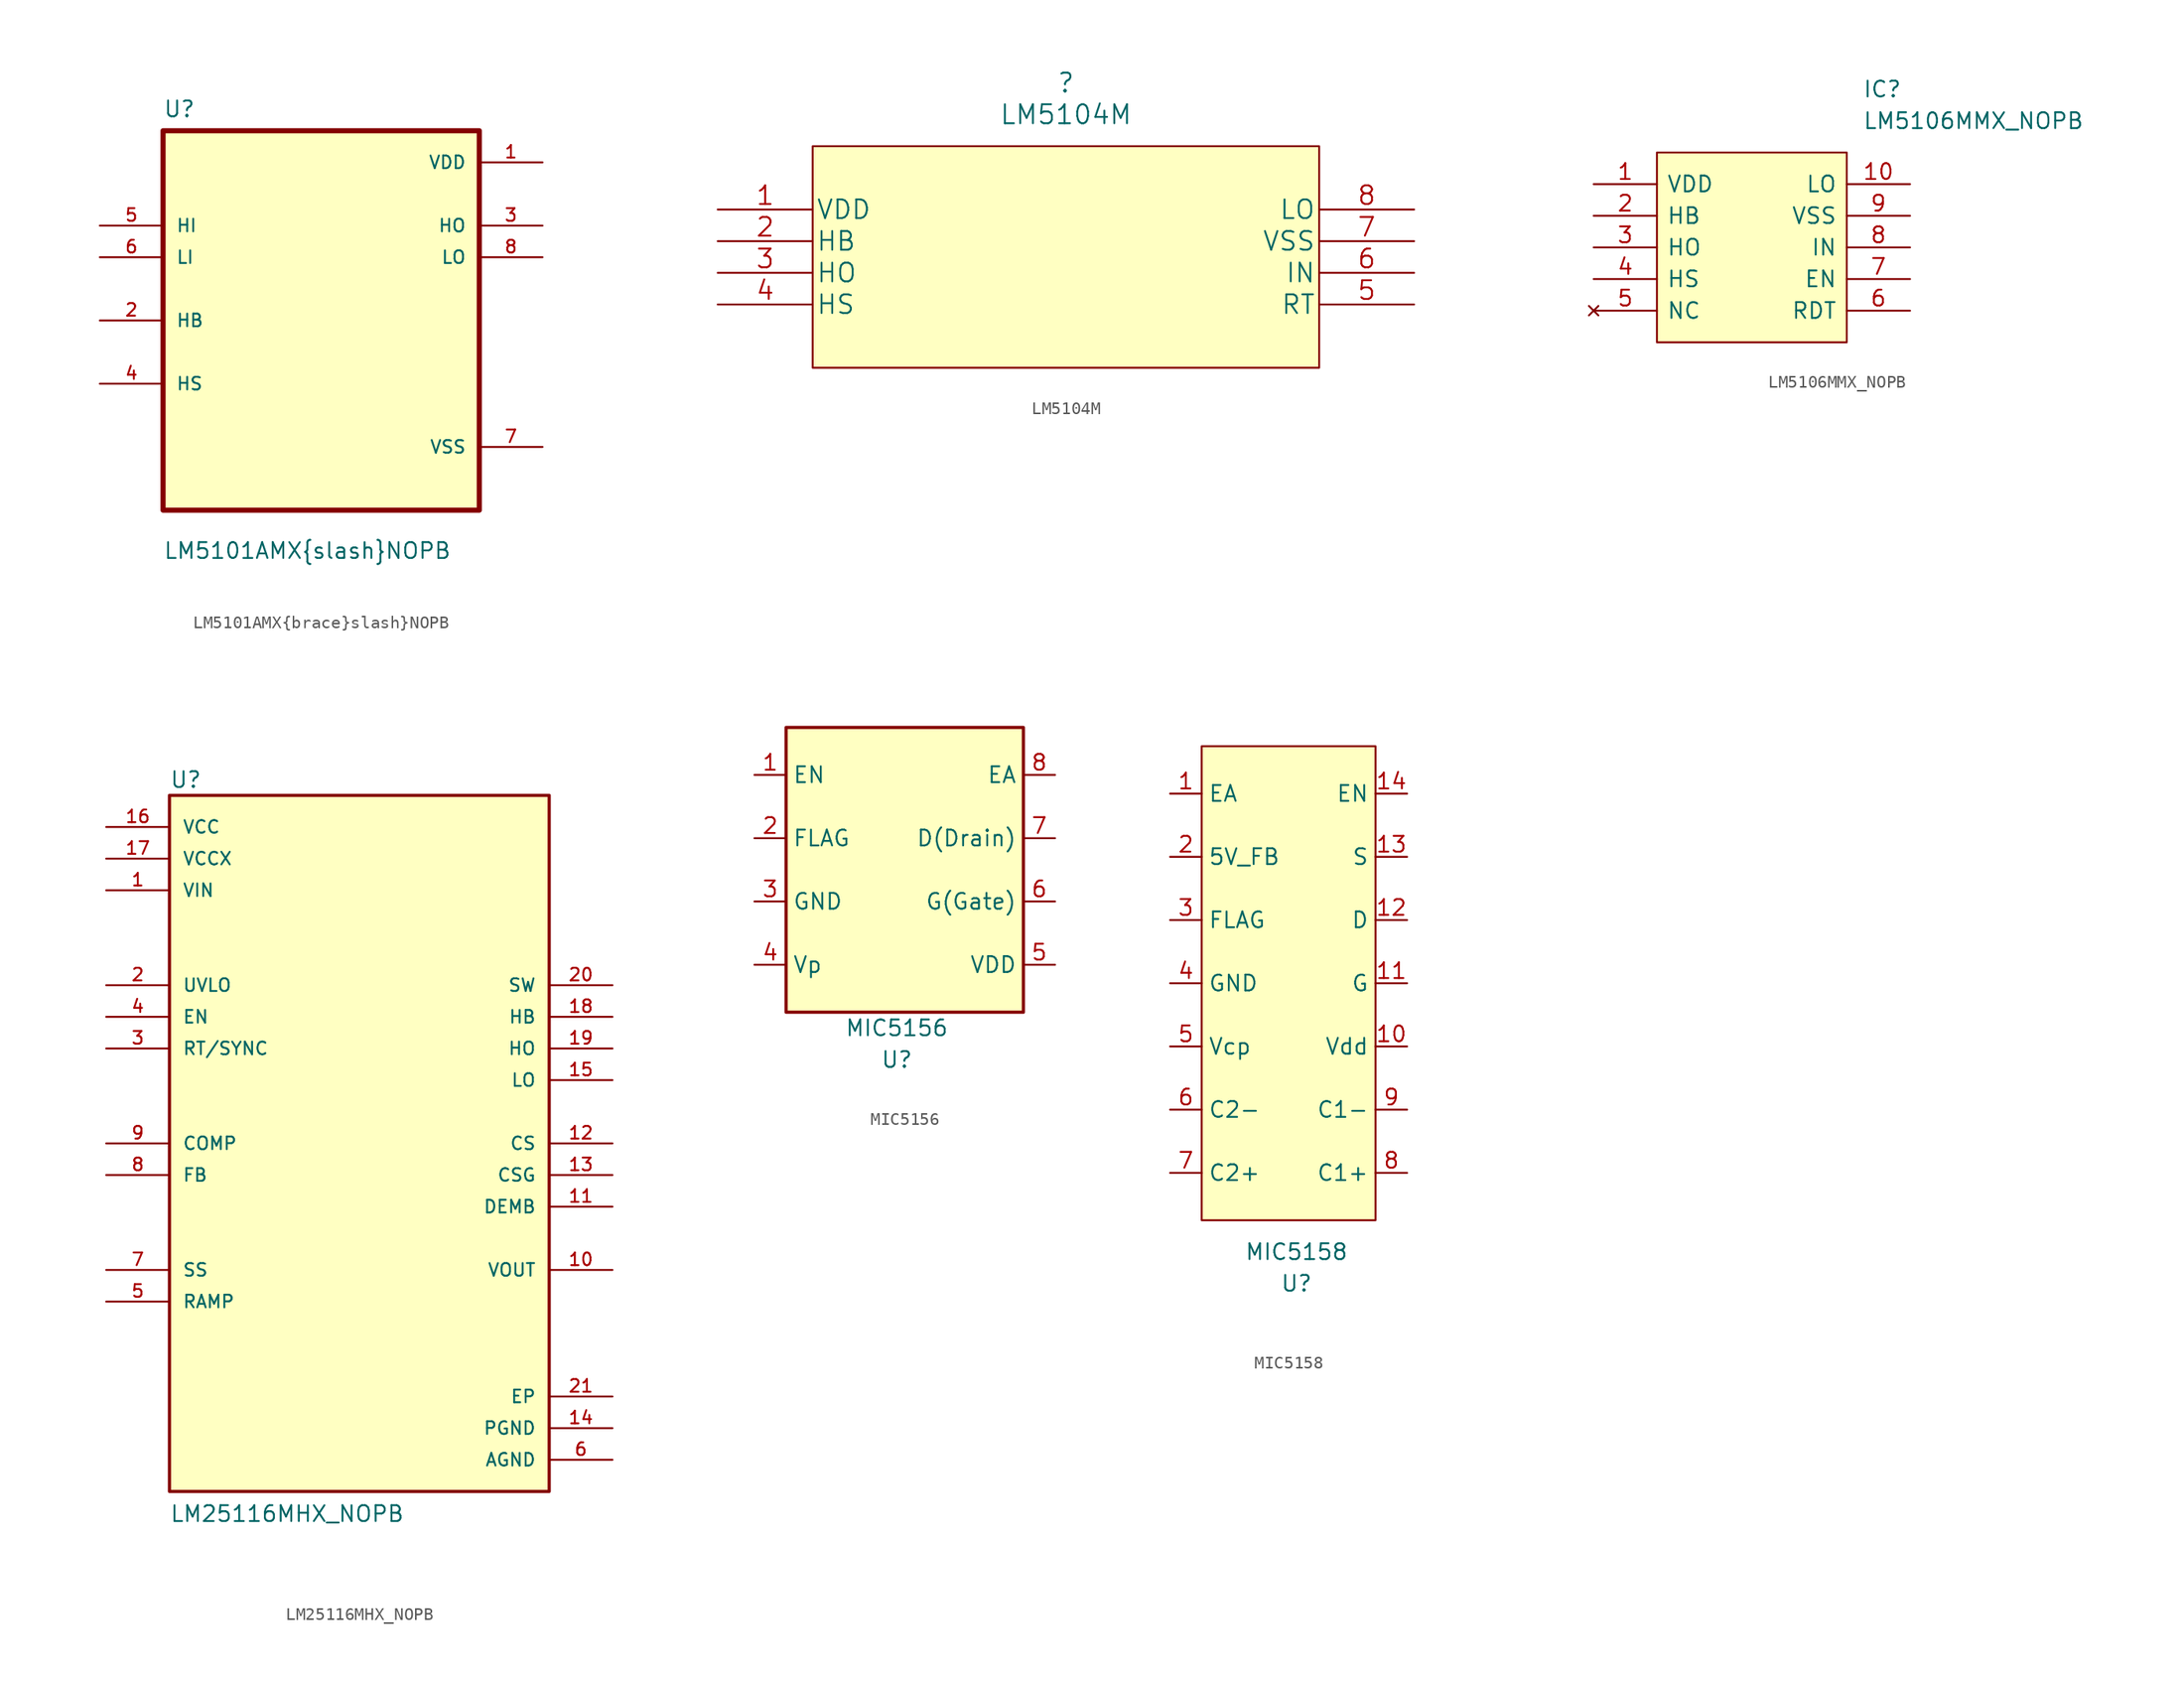
<source format=kicad_sym>
(kicad_symbol_lib
  (version 20220914)
  (generator kicad_symbol_editor)
  (symbol "LM5101AMX{brace}slash}NOPB"
    (pin_names
      (offset 1.016))
    (property "Reference" "U"
      (at -12.7 16.24 0)
      (effects (font (size 1.27 1.27)) (justify left bottom)))
    (property "Value" "LM5101AMX{brace}slash}NOPB"
      (at -12.7 -19.24 0)
      (effects (font (size 1.27 1.27)) (justify left bottom)))
    (symbol "LM5101AMX{brace}slash}NOPB_0_0"
      (rectangle (start -12.7 -15.24) (end 12.7 15.24) (stroke (width 0.41) (type default)) (fill (type background)))
      (pin power_in line (at 17.78 12.7 180) (length 5.08) (name "VDD" (effects (font (size 1.016 1.016)))) (number "1" (effects (font (size 1.016 1.016)))))
      (pin bidirectional line (at -17.78 0 0) (length 5.08) (name "HB" (effects (font (size 1.016 1.016)))) (number "2" (effects (font (size 1.016 1.016)))))
      (pin output line (at 17.78 7.62 180) (length 5.08) (name "HO" (effects (font (size 1.016 1.016)))) (number "3" (effects (font (size 1.016 1.016)))))
      (pin bidirectional line (at -17.78 -5.08 0) (length 5.08) (name "HS" (effects (font (size 1.016 1.016)))) (number "4" (effects (font (size 1.016 1.016)))))
      (pin input line (at -17.78 7.62 0) (length 5.08) (name "HI" (effects (font (size 1.016 1.016)))) (number "5" (effects (font (size 1.016 1.016)))))
      (pin input line (at -17.78 5.08 0) (length 5.08) (name "LI" (effects (font (size 1.016 1.016)))) (number "6" (effects (font (size 1.016 1.016)))))
      (pin power_in line (at 17.78 -10.16 180) (length 5.08) (name "VSS" (effects (font (size 1.016 1.016)))) (number "7" (effects (font (size 1.016 1.016)))))
      (pin output line (at 17.78 5.08 180) (length 5.08) (name "LO" (effects (font (size 1.016 1.016)))) (number "8" (effects (font (size 1.016 1.016)))))))
  (symbol "LM5104M"
    (pin_names
      (offset 0.254))
    (property "Reference" ""
      (at 27.94 10.16 0)
      (effects (font (size 1.524 1.524))))
    (property "Value" "LM5104M"
      (at 27.94 7.62 0)
      (effects (font (size 1.524 1.524))))
    (property "Datasheet" ""
      (at 0 0 0)
      (effects (font (size 1.524 1.524))))
    (property "ki_locked" ""
      (at 0 0 0)
      (effects (font (size 1.27 1.27))))
    (symbol "LM5104M_1_1"
      (rectangle (start 7.62 5.08) (end 48.26 -12.7) (stroke (width 0) (type default)) (fill (type background)))
      (pin power_in line (at 0 0 0) (length 7.62) (name "VDD" (effects (font (size 1.499 1.499)))) (number "1" (effects (font (size 1.499 1.499)))))
      (pin input line (at 0 -2.54 0) (length 7.62) (name "HB" (effects (font (size 1.499 1.499)))) (number "2" (effects (font (size 1.499 1.499)))))
      (pin output line (at 0 -5.08 0) (length 7.62) (name "HO" (effects (font (size 1.499 1.499)))) (number "3" (effects (font (size 1.499 1.499)))))
      (pin input line (at 0 -7.62 0) (length 7.62) (name "HS" (effects (font (size 1.499 1.499)))) (number "4" (effects (font (size 1.499 1.499)))))
      (pin input line (at 55.88 -7.62 180) (length 7.62) (name "RT" (effects (font (size 1.499 1.499)))) (number "5" (effects (font (size 1.499 1.499)))))
      (pin input line (at 55.88 -5.08 180) (length 7.62) (name "IN" (effects (font (size 1.499 1.499)))) (number "6" (effects (font (size 1.499 1.499)))))
      (pin power_in line (at 55.88 -2.54 180) (length 7.62) (name "VSS" (effects (font (size 1.499 1.499)))) (number "7" (effects (font (size 1.499 1.499)))))
      (pin output line (at 55.88 0 180) (length 7.62) (name "LO" (effects (font (size 1.499 1.499)))) (number "8" (effects (font (size 1.499 1.499)))))))
  (symbol "LM5106MMX_NOPB"
    (pin_names
      (offset 0.762))
    (property "Reference" "IC"
      (at 21.59 7.62 0)
      (effects (font (size 1.27 1.27)) (justify left)))
    (property "Value" "LM5106MMX_NOPB"
      (at 21.59 5.08 0)
      (effects (font (size 1.27 1.27)) (justify left)))
    (symbol "LM5106MMX_NOPB_0_0"
      (pin passive line (at 0 0 0) (length 5.08) (name "VDD" (effects (font (size 1.27 1.27)))) (number "1" (effects (font (size 1.27 1.27)))))
      (pin passive line (at 25.4 0 180) (length 5.08) (name "LO" (effects (font (size 1.27 1.27)))) (number "10" (effects (font (size 1.27 1.27)))))
      (pin passive line (at 0 -2.54 0) (length 5.08) (name "HB" (effects (font (size 1.27 1.27)))) (number "2" (effects (font (size 1.27 1.27)))))
      (pin passive line (at 0 -5.08 0) (length 5.08) (name "HO" (effects (font (size 1.27 1.27)))) (number "3" (effects (font (size 1.27 1.27)))))
      (pin passive line (at 0 -7.62 0) (length 5.08) (name "HS" (effects (font (size 1.27 1.27)))) (number "4" (effects (font (size 1.27 1.27)))))
      (pin no_connect line (at 0 -10.16 0) (length 5.08) (name "NC" (effects (font (size 1.27 1.27)))) (number "5" (effects (font (size 1.27 1.27)))))
      (pin passive line (at 25.4 -10.16 180) (length 5.08) (name "RDT" (effects (font (size 1.27 1.27)))) (number "6" (effects (font (size 1.27 1.27)))))
      (pin passive line (at 25.4 -7.62 180) (length 5.08) (name "EN" (effects (font (size 1.27 1.27)))) (number "7" (effects (font (size 1.27 1.27)))))
      (pin passive line (at 25.4 -5.08 180) (length 5.08) (name "IN" (effects (font (size 1.27 1.27)))) (number "8" (effects (font (size 1.27 1.27)))))
      (pin passive line (at 25.4 -2.54 180) (length 5.08) (name "VSS" (effects (font (size 1.27 1.27)))) (number "9" (effects (font (size 1.27 1.27))))))
    (symbol "LM5106MMX_NOPB_0_1"
      (polyline (pts (xy 5.08 2.54) (xy 20.32 2.54) (xy 20.32 -12.7) (xy 5.08 -12.7) (xy 5.08 2.54)) (stroke (width 0.152) (type default)) (fill (type background)))))
  (symbol "LM25116MHX_NOPB"
    (pin_names
      (offset 1.016))
    (property "Reference" "U"
      (at -15.24 28.448 0)
      (effects (font (size 1.27 1.27)) (justify left bottom)))
    (property "Value" "LM25116MHX_NOPB"
      (at -15.24 -30.48 0)
      (effects (font (size 1.27 1.27)) (justify left bottom)))
    (symbol "LM25116MHX_NOPB_0_0"
      (rectangle (start -15.24 -27.94) (end 15.24 27.94) (stroke (width 0.254) (type default)) (fill (type background)))
      (pin power_in line (at -20.32 20.32 0) (length 5.08) (name "VIN" (effects (font (size 1.016 1.016)))) (number "1" (effects (font (size 1.016 1.016)))))
      (pin input line (at 20.32 -10.16 180) (length 5.08) (name "VOUT" (effects (font (size 1.016 1.016)))) (number "10" (effects (font (size 1.016 1.016)))))
      (pin input line (at 20.32 -5.08 180) (length 5.08) (name "DEMB" (effects (font (size 1.016 1.016)))) (number "11" (effects (font (size 1.016 1.016)))))
      (pin input line (at 20.32 0 180) (length 5.08) (name "CS" (effects (font (size 1.016 1.016)))) (number "12" (effects (font (size 1.016 1.016)))))
      (pin power_in line (at 20.32 -2.54 180) (length 5.08) (name "CSG" (effects (font (size 1.016 1.016)))) (number "13" (effects (font (size 1.016 1.016)))))
      (pin power_in line (at 20.32 -22.86 180) (length 5.08) (name "PGND" (effects (font (size 1.016 1.016)))) (number "14" (effects (font (size 1.016 1.016)))))
      (pin output line (at 20.32 5.08 180) (length 5.08) (name "LO" (effects (font (size 1.016 1.016)))) (number "15" (effects (font (size 1.016 1.016)))))
      (pin power_in line (at -20.32 25.4 0) (length 5.08) (name "VCC" (effects (font (size 1.016 1.016)))) (number "16" (effects (font (size 1.016 1.016)))))
      (pin power_in line (at -20.32 22.86 0) (length 5.08) (name "VCCX" (effects (font (size 1.016 1.016)))) (number "17" (effects (font (size 1.016 1.016)))))
      (pin bidirectional line (at 20.32 10.16 180) (length 5.08) (name "HB" (effects (font (size 1.016 1.016)))) (number "18" (effects (font (size 1.016 1.016)))))
      (pin output line (at 20.32 7.62 180) (length 5.08) (name "HO" (effects (font (size 1.016 1.016)))) (number "19" (effects (font (size 1.016 1.016)))))
      (pin input line (at -20.32 12.7 0) (length 5.08) (name "UVLO" (effects (font (size 1.016 1.016)))) (number "2" (effects (font (size 1.016 1.016)))))
      (pin output line (at 20.32 12.7 180) (length 5.08) (name "SW" (effects (font (size 1.016 1.016)))) (number "20" (effects (font (size 1.016 1.016)))))
      (pin passive line (at 20.32 -20.32 180) (length 5.08) (name "EP" (effects (font (size 1.016 1.016)))) (number "21" (effects (font (size 1.016 1.016)))))
      (pin input line (at -20.32 7.62 0) (length 5.08) (name "RT/SYNC" (effects (font (size 1.016 1.016)))) (number "3" (effects (font (size 1.016 1.016)))))
      (pin input line (at -20.32 10.16 0) (length 5.08) (name "EN" (effects (font (size 1.016 1.016)))) (number "4" (effects (font (size 1.016 1.016)))))
      (pin input line (at -20.32 -12.7 0) (length 5.08) (name "RAMP" (effects (font (size 1.016 1.016)))) (number "5" (effects (font (size 1.016 1.016)))))
      (pin power_in line (at 20.32 -25.4 180) (length 5.08) (name "AGND" (effects (font (size 1.016 1.016)))) (number "6" (effects (font (size 1.016 1.016)))))
      (pin input line (at -20.32 -10.16 0) (length 5.08) (name "SS" (effects (font (size 1.016 1.016)))) (number "7" (effects (font (size 1.016 1.016)))))
      (pin input line (at -20.32 -2.54 0) (length 5.08) (name "FB" (effects (font (size 1.016 1.016)))) (number "8" (effects (font (size 1.016 1.016)))))
      (pin output line (at -20.32 0 0) (length 5.08) (name "COMP" (effects (font (size 1.016 1.016)))) (number "9" (effects (font (size 1.016 1.016)))))))
  (symbol "MIC5156"
    (property "Reference" "U"
      (at 0 -15.24 0)
      (effects (font (size 1.27 1.27))))
    (property "Value" "MIC5156"
      (at 0 -12.7 0)
      (effects (font (size 1.27 1.27))))
    (symbol "MIC5156_0_1"
      (rectangle (start -8.89 11.43) (end 10.16 -11.43) (stroke (width 0.254) (type default)) (fill (type background))))
    (symbol "MIC5156_1_1"
      (pin input line (at -11.43 7.62 0) (length 2.54) (name "EN" (effects (font (size 1.27 1.27)))) (number "1" (effects (font (size 1.27 1.27)))))
      (pin output line (at -11.43 2.54 0) (length 2.54) (name "FLAG" (effects (font (size 1.27 1.27)))) (number "2" (effects (font (size 1.27 1.27)))))
      (pin power_in line (at -11.43 -2.54 0) (length 2.54) (name "GND" (effects (font (size 1.27 1.27)))) (number "3" (effects (font (size 1.27 1.27)))))
      (pin input line (at -11.43 -7.62 0) (length 2.54) (name "Vp" (effects (font (size 1.27 1.27)))) (number "4" (effects (font (size 1.27 1.27)))))
      (pin power_in line (at 12.7 -7.62 180) (length 2.54) (name "VDD" (effects (font (size 1.27 1.27)))) (number "5" (effects (font (size 1.27 1.27)))))
      (pin output line (at 12.7 -2.54 180) (length 2.54) (name "G(Gate)" (effects (font (size 1.27 1.27)))) (number "6" (effects (font (size 1.27 1.27)))))
      (pin input line (at 12.7 2.54 180) (length 2.54) (name "D(Drain)" (effects (font (size 1.27 1.27)))) (number "7" (effects (font (size 1.27 1.27)))))
      (pin input line (at 12.7 7.62 180) (length 2.54) (name "EA" (effects (font (size 1.27 1.27)))) (number "8" (effects (font (size 1.27 1.27)))))))
  (symbol "MIC5158"
    (property "Reference" "U"
      (at 0 -24.13 0)
      (effects (font (size 1.27 1.27))))
    (property "Value" "MIC5158"
      (at 0 -21.59 0)
      (effects (font (size 1.27 1.27))))
    (symbol "MIC5158_0_1"
      (rectangle (start -7.62 19.05) (end 6.35 -19.05) (stroke (width 0) (type default)) (fill (type background))))
    (symbol "MIC5158_1_1"
      (pin input line (at -10.16 15.24 0) (length 2.54) (name "EA" (effects (font (size 1.27 1.27)))) (number "1" (effects (font (size 1.27 1.27)))))
      (pin power_in line (at 8.89 -5.08 180) (length 2.54) (name "Vdd" (effects (font (size 1.27 1.27)))) (number "10" (effects (font (size 1.27 1.27)))))
      (pin output line (at 8.89 0 180) (length 2.54) (name "G" (effects (font (size 1.27 1.27)))) (number "11" (effects (font (size 1.27 1.27)))))
      (pin input line (at 8.89 5.08 180) (length 2.54) (name "D" (effects (font (size 1.27 1.27)))) (number "12" (effects (font (size 1.27 1.27)))))
      (pin input line (at 8.89 10.16 180) (length 2.54) (name "S" (effects (font (size 1.27 1.27)))) (number "13" (effects (font (size 1.27 1.27)))))
      (pin input line (at 8.89 15.24 180) (length 2.54) (name "EN" (effects (font (size 1.27 1.27)))) (number "14" (effects (font (size 1.27 1.27)))))
      (pin input line (at -10.16 10.16 0) (length 2.54) (name "5V_FB" (effects (font (size 1.27 1.27)))) (number "2" (effects (font (size 1.27 1.27)))))
      (pin output line (at -10.16 5.08 0) (length 2.54) (name "FLAG" (effects (font (size 1.27 1.27)))) (number "3" (effects (font (size 1.27 1.27)))))
      (pin power_in line (at -10.16 0 0) (length 2.54) (name "GND" (effects (font (size 1.27 1.27)))) (number "4" (effects (font (size 1.27 1.27)))))
      (pin input line (at -10.16 -5.08 0) (length 2.54) (name "Vcp" (effects (font (size 1.27 1.27)))) (number "5" (effects (font (size 1.27 1.27)))))
      (pin input line (at -10.16 -10.16 0) (length 2.54) (name "C2-" (effects (font (size 1.27 1.27)))) (number "6" (effects (font (size 1.27 1.27)))))
      (pin input line (at -10.16 -15.24 0) (length 2.54) (name "C2+" (effects (font (size 1.27 1.27)))) (number "7" (effects (font (size 1.27 1.27)))))
      (pin input line (at 8.89 -15.24 180) (length 2.54) (name "C1+" (effects (font (size 1.27 1.27)))) (number "8" (effects (font (size 1.27 1.27)))))
      (pin input line (at 8.89 -10.16 180) (length 2.54) (name "C1-" (effects (font (size 1.27 1.27)))) (number "9" (effects (font (size 1.27 1.27))))))))
</source>
